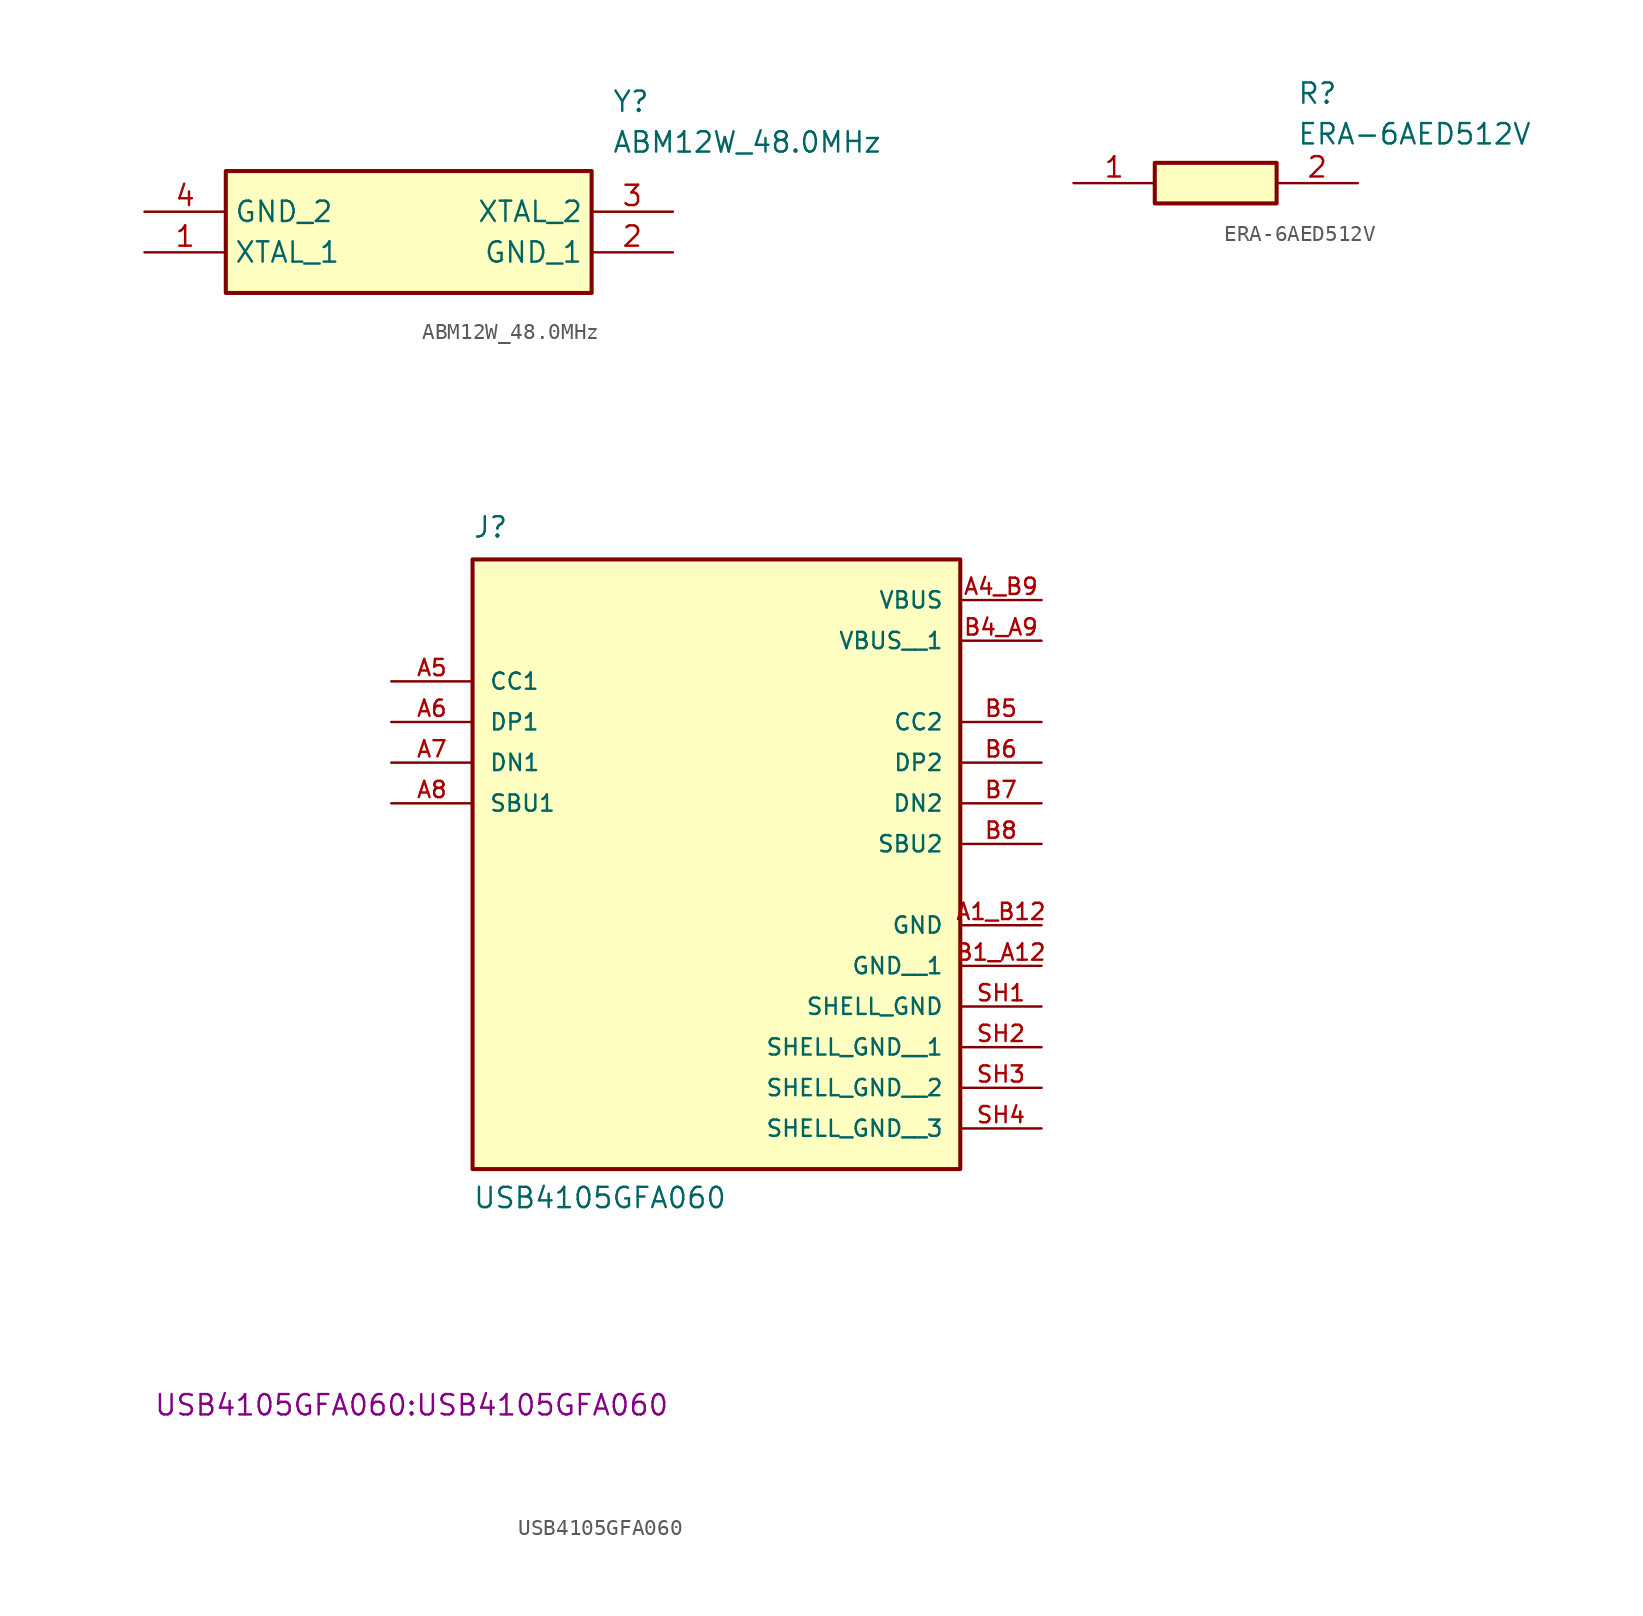
<source format=kicad_sym>
(kicad_symbol_lib
  (version 20231120)
  (generator "kicad_symbol_editor")
  (generator_version "8.0")
  (symbol "ABM12W_48.0MHz"
    (property "Reference" "Y"
      (at 29.21 7.62 0)
      (effects (font (size 1.27 1.27)) (justify left top)))
    (property "Value" "ABM12W_48.0MHz"
      (at 29.21 5.08 0)
      (effects (font (size 1.27 1.27)) (justify left top)))
    (symbol "ABM12W_48.0MHz_1_1"
      (rectangle (start 5.08 2.54) (end 27.94 -5.08) (stroke (width 0.254) (type default)) (fill (type background)))
      (pin passive line (at 0 -2.54 0) (length 5.08) (name "XTAL_1" (effects (font (size 1.27 1.27)))) (number "1" (effects (font (size 1.27 1.27)))))
      (pin passive line (at 33.02 -2.54 180) (length 5.08) (name "GND_1" (effects (font (size 1.27 1.27)))) (number "2" (effects (font (size 1.27 1.27)))))
      (pin passive line (at 33.02 0 180) (length 5.08) (name "XTAL_2" (effects (font (size 1.27 1.27)))) (number "3" (effects (font (size 1.27 1.27)))))
      (pin passive line (at 0 0 0) (length 5.08) (name "GND_2" (effects (font (size 1.27 1.27)))) (number "4" (effects (font (size 1.27 1.27)))))))
  (symbol "ERA-6AED512V"
    (pin_names hide)
    (property "Reference" "R"
      (at 13.97 6.35 0)
      (effects (font (size 1.27 1.27)) (justify left top)))
    (property "Value" "ERA-6AED512V"
      (at 13.97 3.81 0)
      (effects (font (size 1.27 1.27)) (justify left top)))
    (symbol "ERA-6AED512V_1_1"
      (rectangle (start 5.08 1.27) (end 12.7 -1.27) (stroke (width 0.254) (type default)) (fill (type background)))
      (pin passive line (at 0 0 0) (length 5.08) (name "1" (effects (font (size 1.27 1.27)))) (number "1" (effects (font (size 1.27 1.27)))))
      (pin passive line (at 17.78 0 180) (length 5.08) (name "2" (effects (font (size 1.27 1.27)))) (number "2" (effects (font (size 1.27 1.27)))))))
  (symbol "USB4105GFA060"
    (pin_names
      (offset 1.016))
    (property "Reference" "J"
      (at -15.24 13.97 0)
      (effects (font (size 1.27 1.27)) (justify left bottom)))
    (property "Value" "USB4105GFA060"
      (at -15.24 -27.94 0)
      (effects (font (size 1.27 1.27)) (justify left bottom)))
    (property "Footprint" "USB4105GFA060:USB4105GFA060"
      (at -19.05 -40.894 0)
      (effects (font (size 1.27 1.27)) (justify bottom)))
    (symbol "USB4105GFA060_0_0"
      (pin power_in line (at 20.32 -10.16 180) (length 5.08) (name "GND" (effects (font (size 1.016 1.016)))) (number "A1_B12" (effects (font (size 1.016 1.016)))))
      (pin power_in line (at 20.32 10.16 180) (length 5.08) (name "VBUS" (effects (font (size 1.016 1.016)))) (number "A4_B9" (effects (font (size 1.016 1.016)))))
      (pin bidirectional line (at -20.32 5.08 0) (length 5.08) (name "CC1" (effects (font (size 1.016 1.016)))) (number "A5" (effects (font (size 1.016 1.016)))))
      (pin bidirectional line (at -20.32 2.54 0) (length 5.08) (name "DP1" (effects (font (size 1.016 1.016)))) (number "A6" (effects (font (size 1.016 1.016)))))
      (pin bidirectional line (at -20.32 0 0) (length 5.08) (name "DN1" (effects (font (size 1.016 1.016)))) (number "A7" (effects (font (size 1.016 1.016)))))
      (pin bidirectional line (at -20.32 -2.54 0) (length 5.08) (name "SBU1" (effects (font (size 1.016 1.016)))) (number "A8" (effects (font (size 1.016 1.016)))))
      (pin power_in line (at 20.32 -12.7 180) (length 5.08) (name "GND__1" (effects (font (size 1.016 1.016)))) (number "B1_A12" (effects (font (size 1.016 1.016)))))
      (pin power_in line (at 20.32 7.62 180) (length 5.08) (name "VBUS__1" (effects (font (size 1.016 1.016)))) (number "B4_A9" (effects (font (size 1.016 1.016)))))
      (pin bidirectional line (at 20.32 2.54 180) (length 5.08) (name "CC2" (effects (font (size 1.016 1.016)))) (number "B5" (effects (font (size 1.016 1.016)))))
      (pin bidirectional line (at 20.32 0 180) (length 5.08) (name "DP2" (effects (font (size 1.016 1.016)))) (number "B6" (effects (font (size 1.016 1.016)))))
      (pin bidirectional line (at 20.32 -2.54 180) (length 5.08) (name "DN2" (effects (font (size 1.016 1.016)))) (number "B7" (effects (font (size 1.016 1.016)))))
      (pin bidirectional line (at 20.32 -5.08 180) (length 5.08) (name "SBU2" (effects (font (size 1.016 1.016)))) (number "B8" (effects (font (size 1.016 1.016)))))
      (pin power_in line (at 20.32 -15.24 180) (length 5.08) (name "SHELL_GND" (effects (font (size 1.016 1.016)))) (number "SH1" (effects (font (size 1.016 1.016)))))
      (pin power_in line (at 20.32 -17.78 180) (length 5.08) (name "SHELL_GND__1" (effects (font (size 1.016 1.016)))) (number "SH2" (effects (font (size 1.016 1.016)))))
      (pin power_in line (at 20.32 -20.32 180) (length 5.08) (name "SHELL_GND__2" (effects (font (size 1.016 1.016)))) (number "SH3" (effects (font (size 1.016 1.016)))))
      (pin power_in line (at 20.32 -22.86 180) (length 5.08) (name "SHELL_GND__3" (effects (font (size 1.016 1.016)))) (number "SH4" (effects (font (size 1.016 1.016))))))
    (symbol "USB4105GFA060_1_0"
      (rectangle (start -15.24 12.7) (end 15.24 -25.4) (stroke (width 0.254) (type default)) (fill (type background))))))
</source>
